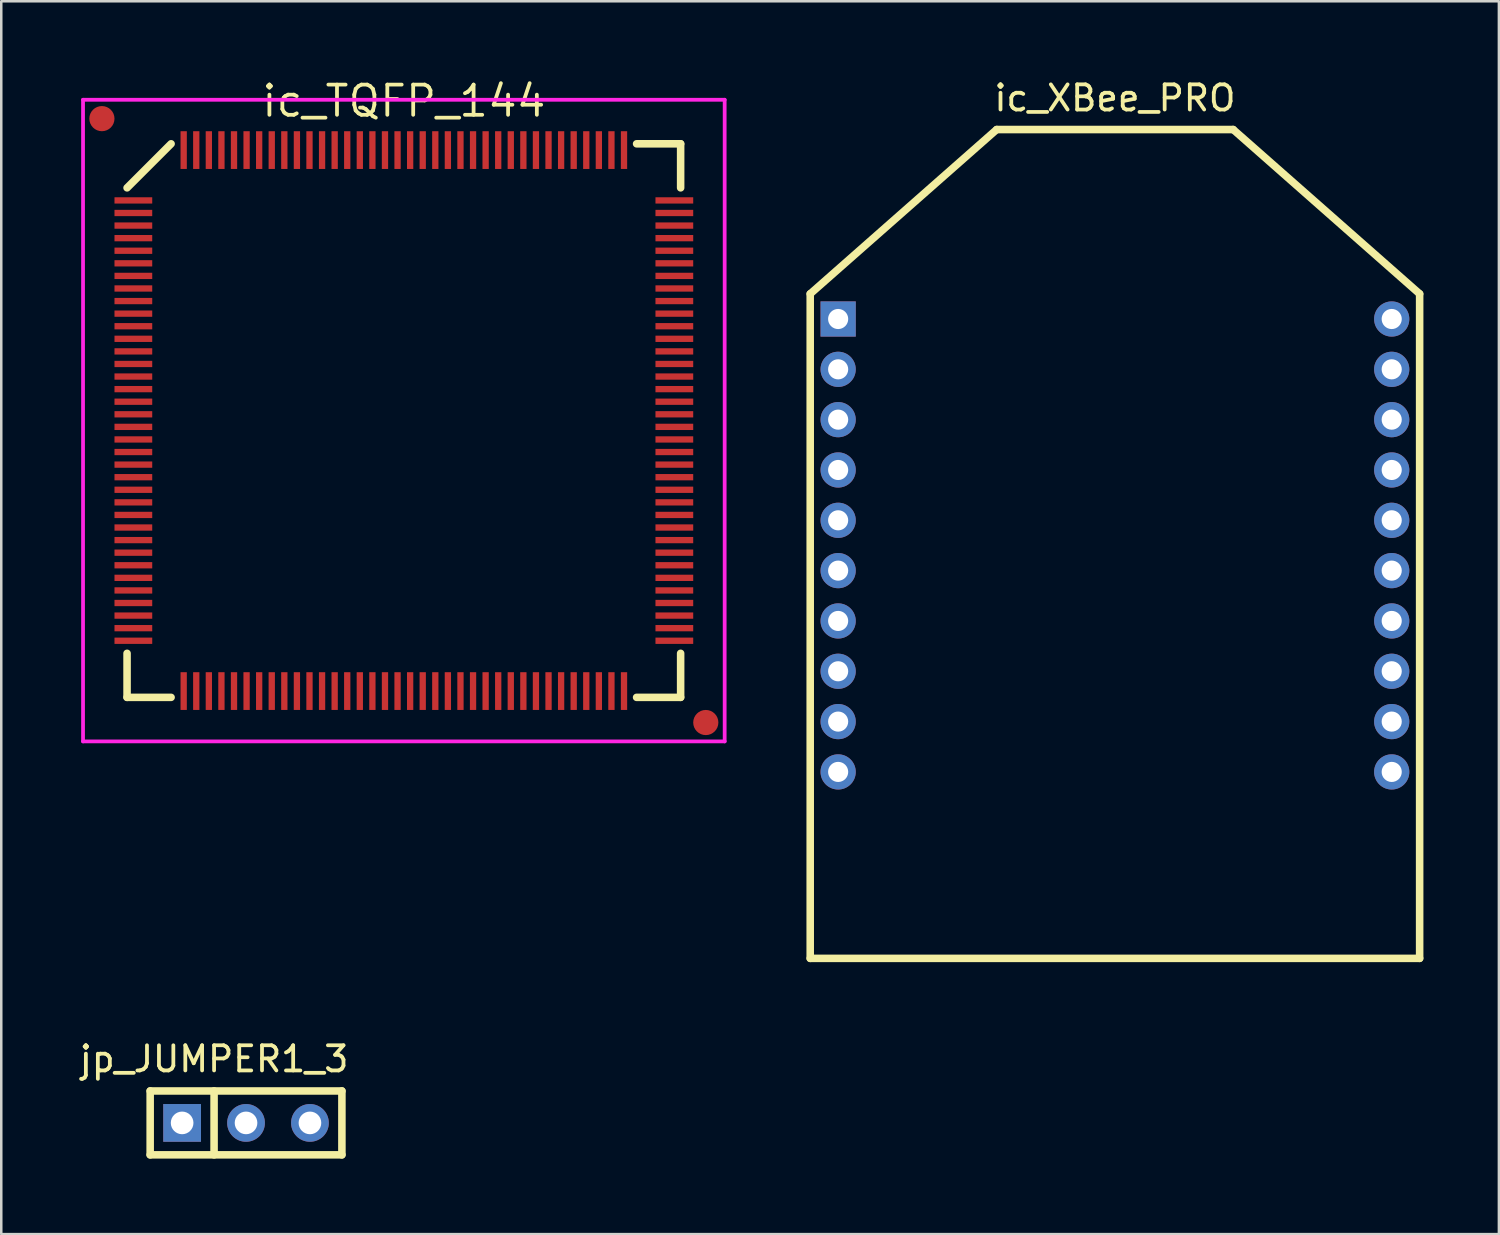
<source format=kicad_pcb>
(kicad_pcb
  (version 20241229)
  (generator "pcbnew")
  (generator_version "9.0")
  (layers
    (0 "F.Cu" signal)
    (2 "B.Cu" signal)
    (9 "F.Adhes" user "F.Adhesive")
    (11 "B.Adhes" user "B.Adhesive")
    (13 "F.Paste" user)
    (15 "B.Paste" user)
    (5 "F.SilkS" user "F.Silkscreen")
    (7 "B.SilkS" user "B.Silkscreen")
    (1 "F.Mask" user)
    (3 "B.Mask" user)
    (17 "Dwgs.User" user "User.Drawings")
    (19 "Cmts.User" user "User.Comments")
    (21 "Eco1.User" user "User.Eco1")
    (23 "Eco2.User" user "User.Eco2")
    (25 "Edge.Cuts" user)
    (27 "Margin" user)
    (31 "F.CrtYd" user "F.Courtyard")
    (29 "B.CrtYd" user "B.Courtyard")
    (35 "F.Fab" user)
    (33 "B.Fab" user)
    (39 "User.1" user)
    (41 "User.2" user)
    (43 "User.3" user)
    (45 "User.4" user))
  (footprint "ic_XBee_PRO"
    (layer "F.Cu")
    (at 41.26 18.628)
    (property "Reference" "ic_XBee_PRO" (at 0 -17.78 0) (layer "F.SilkS") (effects (font (size 1 1) (thickness 0.15))))
    (attr through_hole)
    (fp_line (start -12.11 -10) (end -12.11 16.41) (stroke (width 0.3) (type solid)) (layer "F.SilkS"))
    (fp_line (start -12.11 16.41) (end 12.11 16.41) (stroke (width 0.3) (type solid)) (layer "F.SilkS"))
    (fp_line (start -4.7 -16.53) (end -12.11 -10) (stroke (width 0.3) (type solid)) (layer "F.SilkS"))
    (fp_line (start -4.7 -16.53) (end 4.7 -16.53) (stroke (width 0.3) (type solid)) (layer "F.SilkS"))
    (fp_line (start 4.7 -16.53) (end 12.11 -10) (stroke (width 0.3) (type solid)) (layer "F.SilkS"))
    (fp_line (start 12.11 16.41) (end 12.11 -10) (stroke (width 0.3) (type solid)) (layer "F.SilkS"))
    (pad "1" thru_hole rect (at -11 -9) (size 1.4 1.4) (drill 0.8) (layers "*.Cu" "*.Mask"))
    (pad "2" thru_hole circle (at -11 -7) (size 1.4 1.4) (drill 0.8) (layers "*.Cu" "*.Mask"))
    (pad "3" thru_hole circle (at -11 -5) (size 1.4 1.4) (drill 0.8) (layers "*.Cu" "*.Mask"))
    (pad "4" thru_hole circle (at -11 -3) (size 1.4 1.4) (drill 0.8) (layers "*.Cu" "*.Mask"))
    (pad "5" thru_hole circle (at -11 -1) (size 1.4 1.4) (drill 0.8) (layers "*.Cu" "*.Mask"))
    (pad "6" thru_hole circle (at -11 1) (size 1.4 1.4) (drill 0.8) (layers "*.Cu" "*.Mask"))
    (pad "7" thru_hole circle (at -11 3) (size 1.4 1.4) (drill 0.8) (layers "*.Cu" "*.Mask"))
    (pad "8" thru_hole circle (at -11 5) (size 1.4 1.4) (drill 0.8) (layers "*.Cu" "*.Mask"))
    (pad "9" thru_hole circle (at -11 7) (size 1.4 1.4) (drill 0.8) (layers "*.Cu" "*.Mask"))
    (pad "10" thru_hole circle (at -11 9) (size 1.4 1.4) (drill 0.8) (layers "*.Cu" "*.Mask"))
    (pad "11" thru_hole circle (at 11 9) (size 1.4 1.4) (drill 0.8) (layers "*.Cu" "*.Mask"))
    (pad "12" thru_hole circle (at 11 7) (size 1.4 1.4) (drill 0.8) (layers "*.Cu" "*.Mask"))
    (pad "13" thru_hole circle (at 11 5) (size 1.4 1.4) (drill 0.8) (layers "*.Cu" "*.Mask"))
    (pad "14" thru_hole circle (at 11 3) (size 1.4 1.4) (drill 0.8) (layers "*.Cu" "*.Mask"))
    (pad "15" thru_hole circle (at 11 1) (size 1.4 1.4) (drill 0.8) (layers "*.Cu" "*.Mask"))
    (pad "16" thru_hole circle (at 11 -1) (size 1.4 1.4) (drill 0.8) (layers "*.Cu" "*.Mask"))
    (pad "17" thru_hole circle (at 11 -3) (size 1.4 1.4) (drill 0.8) (layers "*.Cu" "*.Mask"))
    (pad "18" thru_hole circle (at 11 -5) (size 1.4 1.4) (drill 0.8) (layers "*.Cu" "*.Mask"))
    (pad "19" thru_hole circle (at 11 -7) (size 1.4 1.4) (drill 0.8) (layers "*.Cu" "*.Mask"))
    (pad "20" thru_hole circle (at 11 -9) (size 1.4 1.4) (drill 0.8) (layers "*.Cu" "*.Mask")))
  (footprint "ic_TQFP_144"
    (layer "F.Cu")
    (at 13 13.665)
    (property "Reference" "ic_TQFP_144" (at 0 -12.7 0) (layer "F.SilkS") (effects (font (size 1.2 1.2) (thickness 0.15))))
    (attr through_hole)
    (fp_line (start -11 -9.25) (end -9.25 -11) (stroke (width 0.3) (type solid)) (layer "F.SilkS"))
    (fp_line (start -11 11) (end -11 9.25) (stroke (width 0.3) (type solid)) (layer "F.SilkS"))
    (fp_line (start -9.25 11) (end -11 11) (stroke (width 0.3) (type solid)) (layer "F.SilkS"))
    (fp_line (start 9.25 -11) (end 11 -11) (stroke (width 0.3) (type solid)) (layer "F.SilkS"))
    (fp_line (start 9.25 11) (end 11 11) (stroke (width 0.3) (type solid)) (layer "F.SilkS"))
    (fp_line (start 11 -11) (end 11 -9.25) (stroke (width 0.3) (type solid)) (layer "F.SilkS"))
    (fp_line (start 11 11) (end 11 9.25) (stroke (width 0.3) (type solid)) (layer "F.SilkS"))
    (fp_line (start -12.75 -12.75) (end 12.75 -12.75) (stroke (width 0.15) (type solid)) (layer "F.CrtYd"))
    (fp_line (start -12.75 12.75) (end -12.75 -12.75) (stroke (width 0.15) (type solid)) (layer "F.CrtYd"))
    (fp_line (start 12.75 -12.75) (end 12.75 12.75) (stroke (width 0.15) (type solid)) (layer "F.CrtYd"))
    (fp_line (start 12.75 12.75) (end -12.75 12.75) (stroke (width 0.15) (type solid)) (layer "F.CrtYd"))
    (pad "" smd circle (at -12 -12) (size 2 2) (layers "F.Mask"))
    (pad "" smd circle (at 12 12) (size 2 2) (layers "F.Mask"))
    (pad "1" smd rect (at -10.75 -8.75 90) (size 0.25 1.5) (layers "F.Cu" "F.Mask" "F.Paste"))
    (pad "2" smd rect (at -10.75 -8.25 90) (size 0.25 1.5) (layers "F.Cu" "F.Mask" "F.Paste"))
    (pad "3" smd rect (at -10.75 -7.75 90) (size 0.25 1.5) (layers "F.Cu" "F.Mask" "F.Paste"))
    (pad "4" smd rect (at -10.75 -7.25 90) (size 0.25 1.5) (layers "F.Cu" "F.Mask" "F.Paste"))
    (pad "5" smd rect (at -10.75 -6.75 90) (size 0.25 1.5) (layers "F.Cu" "F.Mask" "F.Paste"))
    (pad "6" smd rect (at -10.75 -6.25 90) (size 0.25 1.5) (layers "F.Cu" "F.Mask" "F.Paste"))
    (pad "7" smd rect (at -10.75 -5.75 90) (size 0.25 1.5) (layers "F.Cu" "F.Mask" "F.Paste"))
    (pad "8" smd rect (at -10.75 -5.25 90) (size 0.25 1.5) (layers "F.Cu" "F.Mask" "F.Paste"))
    (pad "9" smd rect (at -10.75 -4.75 90) (size 0.25 1.5) (layers "F.Cu" "F.Mask" "F.Paste"))
    (pad "10" smd rect (at -10.75 -4.25 90) (size 0.25 1.5) (layers "F.Cu" "F.Mask" "F.Paste"))
    (pad "11" smd rect (at -10.75 -3.75 90) (size 0.25 1.5) (layers "F.Cu" "F.Mask" "F.Paste"))
    (pad "12" smd rect (at -10.75 -3.25 90) (size 0.25 1.5) (layers "F.Cu" "F.Mask" "F.Paste"))
    (pad "13" smd rect (at -10.75 -2.75 90) (size 0.25 1.5) (layers "F.Cu" "F.Mask" "F.Paste"))
    (pad "14" smd rect (at -10.75 -2.25 90) (size 0.25 1.5) (layers "F.Cu" "F.Mask" "F.Paste"))
    (pad "15" smd rect (at -10.75 -1.75 90) (size 0.25 1.5) (layers "F.Cu" "F.Mask" "F.Paste"))
    (pad "16" smd rect (at -10.75 -1.25 90) (size 0.25 1.5) (layers "F.Cu" "F.Mask" "F.Paste"))
    (pad "17" smd rect (at -10.75 -0.75 90) (size 0.25 1.5) (layers "F.Cu" "F.Mask" "F.Paste"))
    (pad "18" smd rect (at -10.75 -0.25 90) (size 0.25 1.5) (layers "F.Cu" "F.Mask" "F.Paste"))
    (pad "19" smd rect (at -10.75 0.25 90) (size 0.25 1.5) (layers "F.Cu" "F.Mask" "F.Paste"))
    (pad "20" smd rect (at -10.75 0.75 90) (size 0.25 1.5) (layers "F.Cu" "F.Mask" "F.Paste"))
    (pad "21" smd rect (at -10.75 1.25 90) (size 0.25 1.5) (layers "F.Cu" "F.Mask" "F.Paste"))
    (pad "22" smd rect (at -10.75 1.75 90) (size 0.25 1.5) (layers "F.Cu" "F.Mask" "F.Paste"))
    (pad "23" smd rect (at -10.75 2.25 90) (size 0.25 1.5) (layers "F.Cu" "F.Mask" "F.Paste"))
    (pad "24" smd rect (at -10.75 2.75 90) (size 0.25 1.5) (layers "F.Cu" "F.Mask" "F.Paste"))
    (pad "25" smd rect (at -10.75 3.25 90) (size 0.25 1.5) (layers "F.Cu" "F.Mask" "F.Paste"))
    (pad "26" smd rect (at -10.75 3.75 90) (size 0.25 1.5) (layers "F.Cu" "F.Mask" "F.Paste"))
    (pad "27" smd rect (at -10.75 4.25 90) (size 0.25 1.5) (layers "F.Cu" "F.Mask" "F.Paste"))
    (pad "28" smd rect (at -10.75 4.75 90) (size 0.25 1.5) (layers "F.Cu" "F.Mask" "F.Paste"))
    (pad "29" smd rect (at -10.75 5.25 90) (size 0.25 1.5) (layers "F.Cu" "F.Mask" "F.Paste"))
    (pad "30" smd rect (at -10.75 5.75 90) (size 0.25 1.5) (layers "F.Cu" "F.Mask" "F.Paste"))
    (pad "31" smd rect (at -10.75 6.25 90) (size 0.25 1.5) (layers "F.Cu" "F.Mask" "F.Paste"))
    (pad "32" smd rect (at -10.75 6.75 90) (size 0.25 1.5) (layers "F.Cu" "F.Mask" "F.Paste"))
    (pad "33" smd rect (at -10.75 7.25 90) (size 0.25 1.5) (layers "F.Cu" "F.Mask" "F.Paste"))
    (pad "34" smd rect (at -10.75 7.75 90) (size 0.25 1.5) (layers "F.Cu" "F.Mask" "F.Paste"))
    (pad "35" smd rect (at -10.75 8.25 90) (size 0.25 1.5) (layers "F.Cu" "F.Mask" "F.Paste"))
    (pad "36" smd rect (at -10.75 8.75 90) (size 0.25 1.5) (layers "F.Cu" "F.Mask" "F.Paste"))
    (pad "37" smd rect (at -8.75 10.75) (size 0.25 1.5) (layers "F.Cu" "F.Mask" "F.Paste"))
    (pad "38" smd rect (at -8.25 10.75) (size 0.25 1.5) (layers "F.Cu" "F.Mask" "F.Paste"))
    (pad "39" smd rect (at -7.75 10.75) (size 0.25 1.5) (layers "F.Cu" "F.Mask" "F.Paste"))
    (pad "40" smd rect (at -7.25 10.75) (size 0.25 1.5) (layers "F.Cu" "F.Mask" "F.Paste"))
    (pad "41" smd rect (at -6.75 10.75) (size 0.25 1.5) (layers "F.Cu" "F.Mask" "F.Paste"))
    (pad "42" smd rect (at -6.25 10.75) (size 0.25 1.5) (layers "F.Cu" "F.Mask" "F.Paste"))
    (pad "43" smd rect (at -5.75 10.75) (size 0.25 1.5) (layers "F.Cu" "F.Mask" "F.Paste"))
    (pad "44" smd rect (at -5.25 10.75) (size 0.25 1.5) (layers "F.Cu" "F.Mask" "F.Paste"))
    (pad "45" smd rect (at -4.75 10.75) (size 0.25 1.5) (layers "F.Cu" "F.Mask" "F.Paste"))
    (pad "46" smd rect (at -4.25 10.75) (size 0.25 1.5) (layers "F.Cu" "F.Mask" "F.Paste"))
    (pad "47" smd rect (at -3.75 10.75) (size 0.25 1.5) (layers "F.Cu" "F.Mask" "F.Paste"))
    (pad "48" smd rect (at -3.25 10.75) (size 0.25 1.5) (layers "F.Cu" "F.Mask" "F.Paste"))
    (pad "49" smd rect (at -2.75 10.75) (size 0.25 1.5) (layers "F.Cu" "F.Mask" "F.Paste"))
    (pad "50" smd rect (at -2.25 10.75) (size 0.25 1.5) (layers "F.Cu" "F.Mask" "F.Paste"))
    (pad "51" smd rect (at -1.75 10.75) (size 0.25 1.5) (layers "F.Cu" "F.Mask" "F.Paste"))
    (pad "52" smd rect (at -1.25 10.75) (size 0.25 1.5) (layers "F.Cu" "F.Mask" "F.Paste"))
    (pad "53" smd rect (at -0.75 10.75) (size 0.25 1.5) (layers "F.Cu" "F.Mask" "F.Paste"))
    (pad "54" smd rect (at -0.25 10.75) (size 0.25 1.5) (layers "F.Cu" "F.Mask" "F.Paste"))
    (pad "55" smd rect (at 0.25 10.75) (size 0.25 1.5) (layers "F.Cu" "F.Mask" "F.Paste"))
    (pad "56" smd rect (at 0.75 10.75) (size 0.25 1.5) (layers "F.Cu" "F.Mask" "F.Paste"))
    (pad "57" smd rect (at 1.25 10.75) (size 0.25 1.5) (layers "F.Cu" "F.Mask" "F.Paste"))
    (pad "58" smd rect (at 1.75 10.75) (size 0.25 1.5) (layers "F.Cu" "F.Mask" "F.Paste"))
    (pad "59" smd rect (at 2.25 10.75) (size 0.25 1.5) (layers "F.Cu" "F.Mask" "F.Paste"))
    (pad "60" smd rect (at 2.75 10.75) (size 0.25 1.5) (layers "F.Cu" "F.Mask" "F.Paste"))
    (pad "61" smd rect (at 3.25 10.75) (size 0.25 1.5) (layers "F.Cu" "F.Mask" "F.Paste"))
    (pad "62" smd rect (at 3.75 10.75) (size 0.25 1.5) (layers "F.Cu" "F.Mask" "F.Paste"))
    (pad "63" smd rect (at 4.25 10.75) (size 0.25 1.5) (layers "F.Cu" "F.Mask" "F.Paste"))
    (pad "64" smd rect (at 4.75 10.75) (size 0.25 1.5) (layers "F.Cu" "F.Mask" "F.Paste"))
    (pad "65" smd rect (at 5.25 10.75) (size 0.25 1.5) (layers "F.Cu" "F.Mask" "F.Paste"))
    (pad "66" smd rect (at 5.75 10.75) (size 0.25 1.5) (layers "F.Cu" "F.Mask" "F.Paste"))
    (pad "67" smd rect (at 6.25 10.75) (size 0.25 1.5) (layers "F.Cu" "F.Mask" "F.Paste"))
    (pad "68" smd rect (at 6.75 10.75) (size 0.25 1.5) (layers "F.Cu" "F.Mask" "F.Paste"))
    (pad "69" smd rect (at 7.25 10.75) (size 0.25 1.5) (layers "F.Cu" "F.Mask" "F.Paste"))
    (pad "70" smd rect (at 7.75 10.75) (size 0.25 1.5) (layers "F.Cu" "F.Mask" "F.Paste"))
    (pad "71" smd rect (at 8.25 10.75) (size 0.25 1.5) (layers "F.Cu" "F.Mask" "F.Paste"))
    (pad "72" smd rect (at 8.75 10.75) (size 0.25 1.5) (layers "F.Cu" "F.Mask" "F.Paste"))
    (pad "73" smd rect (at 10.75 8.75 90) (size 0.25 1.5) (layers "F.Cu" "F.Mask" "F.Paste"))
    (pad "74" smd rect (at 10.75 8.25 90) (size 0.25 1.5) (layers "F.Cu" "F.Mask" "F.Paste"))
    (pad "75" smd rect (at 10.75 7.75 90) (size 0.25 1.5) (layers "F.Cu" "F.Mask" "F.Paste"))
    (pad "76" smd rect (at 10.75 7.25 90) (size 0.25 1.5) (layers "F.Cu" "F.Mask" "F.Paste"))
    (pad "77" smd rect (at 10.75 6.75 90) (size 0.25 1.5) (layers "F.Cu" "F.Mask" "F.Paste"))
    (pad "78" smd rect (at 10.75 6.25 90) (size 0.25 1.5) (layers "F.Cu" "F.Mask" "F.Paste"))
    (pad "79" smd rect (at 10.75 5.75 90) (size 0.25 1.5) (layers "F.Cu" "F.Mask" "F.Paste"))
    (pad "80" smd rect (at 10.75 5.25 90) (size 0.25 1.5) (layers "F.Cu" "F.Mask" "F.Paste"))
    (pad "81" smd rect (at 10.75 4.75 90) (size 0.25 1.5) (layers "F.Cu" "F.Mask" "F.Paste"))
    (pad "82" smd rect (at 10.75 4.25 90) (size 0.25 1.5) (layers "F.Cu" "F.Mask" "F.Paste"))
    (pad "83" smd rect (at 10.75 3.75 90) (size 0.25 1.5) (layers "F.Cu" "F.Mask" "F.Paste"))
    (pad "84" smd rect (at 10.75 3.25 90) (size 0.25 1.5) (layers "F.Cu" "F.Mask" "F.Paste"))
    (pad "85" smd rect (at 10.75 2.75 90) (size 0.25 1.5) (layers "F.Cu" "F.Mask" "F.Paste"))
    (pad "86" smd rect (at 10.75 2.25 90) (size 0.25 1.5) (layers "F.Cu" "F.Mask" "F.Paste"))
    (pad "87" smd rect (at 10.75 1.75 90) (size 0.25 1.5) (layers "F.Cu" "F.Mask" "F.Paste"))
    (pad "88" smd rect (at 10.75 1.25 90) (size 0.25 1.5) (layers "F.Cu" "F.Mask" "F.Paste"))
    (pad "89" smd rect (at 10.75 0.75 90) (size 0.25 1.5) (layers "F.Cu" "F.Mask" "F.Paste"))
    (pad "90" smd rect (at 10.75 0.25 90) (size 0.25 1.5) (layers "F.Cu" "F.Mask" "F.Paste"))
    (pad "91" smd rect (at 10.75 -0.25 90) (size 0.25 1.5) (layers "F.Cu" "F.Mask" "F.Paste"))
    (pad "92" smd rect (at 10.75 -0.75 90) (size 0.25 1.5) (layers "F.Cu" "F.Mask" "F.Paste"))
    (pad "93" smd rect (at 10.75 -1.25 90) (size 0.25 1.5) (layers "F.Cu" "F.Mask" "F.Paste"))
    (pad "94" smd rect (at 10.75 -1.75 90) (size 0.25 1.5) (layers "F.Cu" "F.Mask" "F.Paste"))
    (pad "95" smd rect (at 10.75 -2.25 90) (size 0.25 1.5) (layers "F.Cu" "F.Mask" "F.Paste"))
    (pad "96" smd rect (at 10.75 -2.75 90) (size 0.25 1.5) (layers "F.Cu" "F.Mask" "F.Paste"))
    (pad "97" smd rect (at 10.75 -3.25 90) (size 0.25 1.5) (layers "F.Cu" "F.Mask" "F.Paste"))
    (pad "98" smd rect (at 10.75 -3.75 90) (size 0.25 1.5) (layers "F.Cu" "F.Mask" "F.Paste"))
    (pad "99" smd rect (at 10.75 -4.25 90) (size 0.25 1.5) (layers "F.Cu" "F.Mask" "F.Paste"))
    (pad "100" smd rect (at 10.75 -4.75 90) (size 0.25 1.5) (layers "F.Cu" "F.Mask" "F.Paste"))
    (pad "101" smd rect (at 10.75 -5.25 90) (size 0.25 1.5) (layers "F.Cu" "F.Mask" "F.Paste"))
    (pad "102" smd rect (at 10.75 -5.75 90) (size 0.25 1.5) (layers "F.Cu" "F.Mask" "F.Paste"))
    (pad "103" smd rect (at 10.75 -6.25 90) (size 0.25 1.5) (layers "F.Cu" "F.Mask" "F.Paste"))
    (pad "104" smd rect (at 10.75 -6.75 90) (size 0.25 1.5) (layers "F.Cu" "F.Mask" "F.Paste"))
    (pad "105" smd rect (at 10.75 -7.25 90) (size 0.25 1.5) (layers "F.Cu" "F.Mask" "F.Paste"))
    (pad "106" smd rect (at 10.75 -7.75 90) (size 0.25 1.5) (layers "F.Cu" "F.Mask" "F.Paste"))
    (pad "107" smd rect (at 10.75 -8.25 90) (size 0.25 1.5) (layers "F.Cu" "F.Mask" "F.Paste"))
    (pad "108" smd rect (at 10.75 -8.75 90) (size 0.25 1.5) (layers "F.Cu" "F.Mask" "F.Paste"))
    (pad "109" smd rect (at 8.75 -10.75) (size 0.25 1.5) (layers "F.Cu" "F.Mask" "F.Paste"))
    (pad "110" smd rect (at 8.25 -10.75) (size 0.25 1.5) (layers "F.Cu" "F.Mask" "F.Paste"))
    (pad "111" smd rect (at 7.75 -10.75) (size 0.25 1.5) (layers "F.Cu" "F.Mask" "F.Paste"))
    (pad "112" smd rect (at 7.25 -10.75) (size 0.25 1.5) (layers "F.Cu" "F.Mask" "F.Paste"))
    (pad "113" smd rect (at 6.75 -10.75) (size 0.25 1.5) (layers "F.Cu" "F.Mask" "F.Paste"))
    (pad "114" smd rect (at 6.25 -10.75) (size 0.25 1.5) (layers "F.Cu" "F.Mask" "F.Paste"))
    (pad "115" smd rect (at 5.75 -10.75) (size 0.25 1.5) (layers "F.Cu" "F.Mask" "F.Paste"))
    (pad "116" smd rect (at 5.25 -10.75) (size 0.25 1.5) (layers "F.Cu" "F.Mask" "F.Paste"))
    (pad "117" smd rect (at 4.75 -10.75) (size 0.25 1.5) (layers "F.Cu" "F.Mask" "F.Paste"))
    (pad "118" smd rect (at 4.25 -10.75) (size 0.25 1.5) (layers "F.Cu" "F.Mask" "F.Paste"))
    (pad "119" smd rect (at 3.75 -10.75) (size 0.25 1.5) (layers "F.Cu" "F.Mask" "F.Paste"))
    (pad "120" smd rect (at 3.25 -10.75) (size 0.25 1.5) (layers "F.Cu" "F.Mask" "F.Paste"))
    (pad "121" smd rect (at 2.75 -10.75) (size 0.25 1.5) (layers "F.Cu" "F.Mask" "F.Paste"))
    (pad "122" smd rect (at 2.25 -10.75) (size 0.25 1.5) (layers "F.Cu" "F.Mask" "F.Paste"))
    (pad "123" smd rect (at 1.75 -10.75) (size 0.25 1.5) (layers "F.Cu" "F.Mask" "F.Paste"))
    (pad "124" smd rect (at 1.25 -10.75) (size 0.25 1.5) (layers "F.Cu" "F.Mask" "F.Paste"))
    (pad "125" smd rect (at 0.75 -10.75) (size 0.25 1.5) (layers "F.Cu" "F.Mask" "F.Paste"))
    (pad "126" smd rect (at 0.25 -10.75) (size 0.25 1.5) (layers "F.Cu" "F.Mask" "F.Paste"))
    (pad "127" smd rect (at -0.25 -10.75) (size 0.25 1.5) (layers "F.Cu" "F.Mask" "F.Paste"))
    (pad "128" smd rect (at -0.75 -10.75) (size 0.25 1.5) (layers "F.Cu" "F.Mask" "F.Paste"))
    (pad "129" smd rect (at -1.25 -10.75) (size 0.25 1.5) (layers "F.Cu" "F.Mask" "F.Paste"))
    (pad "130" smd rect (at -1.75 -10.75) (size 0.25 1.5) (layers "F.Cu" "F.Mask" "F.Paste"))
    (pad "131" smd rect (at -2.25 -10.75) (size 0.25 1.5) (layers "F.Cu" "F.Mask" "F.Paste"))
    (pad "132" smd rect (at -2.75 -10.75) (size 0.25 1.5) (layers "F.Cu" "F.Mask" "F.Paste"))
    (pad "133" smd rect (at -3.25 -10.75) (size 0.25 1.5) (layers "F.Cu" "F.Mask" "F.Paste"))
    (pad "134" smd rect (at -3.75 -10.75) (size 0.25 1.5) (layers "F.Cu" "F.Mask" "F.Paste"))
    (pad "135" smd rect (at -4.25 -10.75) (size 0.25 1.5) (layers "F.Cu" "F.Mask" "F.Paste"))
    (pad "136" smd rect (at -4.75 -10.75) (size 0.25 1.5) (layers "F.Cu" "F.Mask" "F.Paste"))
    (pad "137" smd rect (at -5.25 -10.75) (size 0.25 1.5) (layers "F.Cu" "F.Mask" "F.Paste"))
    (pad "138" smd rect (at -5.75 -10.75) (size 0.25 1.5) (layers "F.Cu" "F.Mask" "F.Paste"))
    (pad "139" smd rect (at -6.25 -10.75) (size 0.25 1.5) (layers "F.Cu" "F.Mask" "F.Paste"))
    (pad "140" smd rect (at -6.75 -10.75) (size 0.25 1.5) (layers "F.Cu" "F.Mask" "F.Paste"))
    (pad "141" smd rect (at -7.25 -10.75) (size 0.25 1.5) (layers "F.Cu" "F.Mask" "F.Paste"))
    (pad "142" smd rect (at -7.75 -10.75) (size 0.25 1.5) (layers "F.Cu" "F.Mask" "F.Paste"))
    (pad "143" smd rect (at -8.25 -10.75) (size 0.25 1.5) (layers "F.Cu" "F.Mask" "F.Paste"))
    (pad "144" smd rect (at -8.75 -10.75) (size 0.25 1.5) (layers "F.Cu" "F.Mask" "F.Paste"))
    (pad "145" smd circle (at -12 -12) (size 1 1) (layers "F.Cu" "F.Mask"))
    (pad "146" smd circle (at 12 12) (size 1 1) (layers "F.Cu" "F.Mask")))
  (footprint "jp_JUMPER1_3"
    (layer "F.Cu")
    (at 6.728 41.577)
    (property "Reference" "jp_JUMPER1_3" (at -1.27 -2.54 0) (layer "F.SilkS") (effects (font (size 1 1) (thickness 0.15))))
    (attr through_hole)
    (fp_line (start -3.81 -1.27) (end -3.81 1.27) (stroke (width 0.3) (type solid)) (layer "F.SilkS"))
    (fp_line (start -3.81 1.27) (end 3.81 1.27) (stroke (width 0.3) (type solid)) (layer "F.SilkS"))
    (fp_line (start -1.27 -1.27) (end -1.27 1.27) (stroke (width 0.3) (type solid)) (layer "F.SilkS"))
    (fp_line (start 3.81 -1.27) (end -3.81 -1.27) (stroke (width 0.3) (type solid)) (layer "F.SilkS"))
    (fp_line (start 3.81 1.27) (end 3.81 -1.27) (stroke (width 0.3) (type solid)) (layer "F.SilkS"))
    (pad "1" thru_hole rect (at -2.54 0) (size 1.5 1.5) (drill 0.9) (layers "*.Cu" "*.Mask"))
    (pad "2" thru_hole circle (at 0 0) (size 1.5 1.5) (drill 0.9) (layers "*.Cu" "*.Mask"))
    (pad "3" thru_hole circle (at 2.54 0) (size 1.5 1.5) (drill 0.9) (layers "*.Cu" "*.Mask")))
  (gr_rect
    (start -3 -3)
    (end 56.52 45.996)
    (stroke (width 0.1) (type default))
    (fill no)
    (layer "Edge.Cuts")))
</source>
